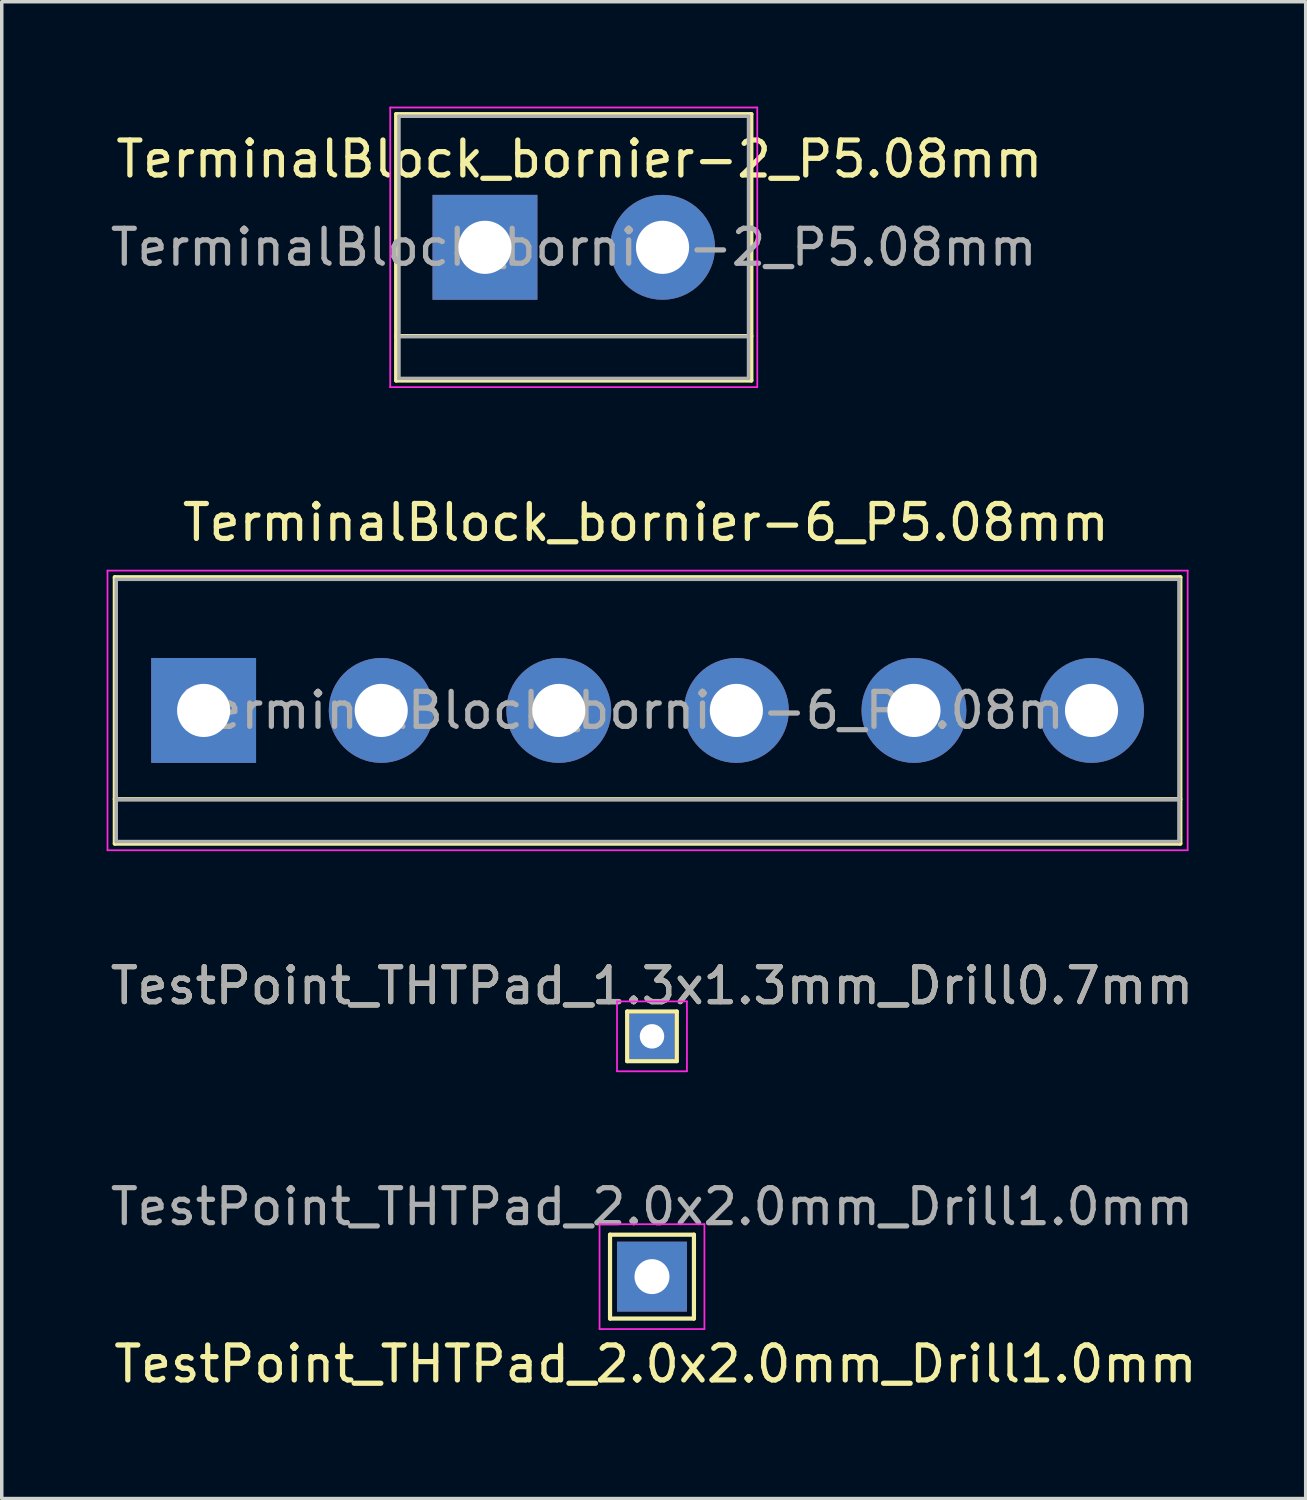
<source format=kicad_pcb>
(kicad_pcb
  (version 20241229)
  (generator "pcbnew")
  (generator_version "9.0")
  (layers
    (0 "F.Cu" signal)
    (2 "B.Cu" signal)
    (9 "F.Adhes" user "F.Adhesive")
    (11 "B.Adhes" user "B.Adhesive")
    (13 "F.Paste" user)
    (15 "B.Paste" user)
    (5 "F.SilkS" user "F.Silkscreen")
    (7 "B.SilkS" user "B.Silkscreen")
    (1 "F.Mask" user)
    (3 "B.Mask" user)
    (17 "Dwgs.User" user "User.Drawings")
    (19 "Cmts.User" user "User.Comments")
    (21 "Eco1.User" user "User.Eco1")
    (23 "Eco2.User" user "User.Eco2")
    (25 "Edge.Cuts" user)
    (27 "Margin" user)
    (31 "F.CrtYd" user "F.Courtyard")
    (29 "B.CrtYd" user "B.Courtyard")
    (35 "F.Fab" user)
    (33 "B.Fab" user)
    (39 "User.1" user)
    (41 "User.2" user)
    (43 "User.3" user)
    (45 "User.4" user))
  (footprint "TestPoint_THTPad_1.3x1.3mm_Drill0.7mm"
    (layer "F.Cu")
    (at 15.601 26.596)
    (property "Reference" "TestPoint_THTPad_1.3x1.3mm_Drill0.7mm" (at 0 -1.448 0) (layer "F.SilkS") (effects (font (size 1 1) (thickness 0.15))))
    (attr exclude_from_pos_files exclude_from_bom)
    (fp_line (start -0.71 -0.71) (end 0.71 -0.71) (stroke (width 0.12) (type solid)) (layer "F.SilkS"))
    (fp_line (start -0.71 0.71) (end -0.71 -0.71) (stroke (width 0.12) (type solid)) (layer "F.SilkS"))
    (fp_line (start 0.71 -0.71) (end 0.71 0.71) (stroke (width 0.12) (type solid)) (layer "F.SilkS"))
    (fp_line (start 0.71 0.71) (end -0.71 0.71) (stroke (width 0.12) (type solid)) (layer "F.SilkS"))
    (fp_line (start -1 -1) (end -1 1) (stroke (width 0.05) (type solid)) (layer "F.CrtYd"))
    (fp_line (start -1 -1) (end 1 -1) (stroke (width 0.05) (type solid)) (layer "F.CrtYd"))
    (fp_line (start 1 1) (end -1 1) (stroke (width 0.05) (type solid)) (layer "F.CrtYd"))
    (fp_line (start 1 1) (end 1 -1) (stroke (width 0.05) (type solid)) (layer "F.CrtYd"))
    (fp_text user "${REFERENCE}" (at 0 -1.45 0) (layer "F.Fab") (effects (font (size 1 1) (thickness 0.15))))
    (pad "1" thru_hole rect (at 0 0) (size 1.3 1.3) (drill 0.7) (layers "*.Cu" "*.Mask")))
  (footprint "TerminalBlock_bornier-6_P5.08mm"
    (layer "F.Cu")
    (at 2.775 17.273)
    (property "Reference" "TerminalBlock_bornier-6_P5.08mm" (at 12.65 -5.375 180) (layer "F.SilkS") (effects (font (size 1 1) (thickness 0.15))))
    (attr through_hole)
    (fp_line (start -2.54 -3.81) (end -2.54 3.81) (stroke (width 0.12) (type solid)) (layer "F.SilkS"))
    (fp_line (start -2.54 -3.81) (end 27.94 -3.81) (stroke (width 0.12) (type solid)) (layer "F.SilkS"))
    (fp_line (start -2.54 2.54) (end 27.94 2.54) (stroke (width 0.12) (type solid)) (layer "F.SilkS"))
    (fp_line (start -2.54 3.81) (end 27.94 3.81) (stroke (width 0.12) (type solid)) (layer "F.SilkS"))
    (fp_line (start 27.94 3.81) (end 27.94 -3.81) (stroke (width 0.12) (type solid)) (layer "F.SilkS"))
    (fp_line (start -2.75 -4) (end -2.75 4) (stroke (width 0.05) (type solid)) (layer "F.CrtYd"))
    (fp_line (start -2.75 -4) (end 28.15 -4) (stroke (width 0.05) (type solid)) (layer "F.CrtYd"))
    (fp_line (start 28.15 4) (end -2.75 4) (stroke (width 0.05) (type solid)) (layer "F.CrtYd"))
    (fp_line (start 28.15 4) (end 28.15 -4) (stroke (width 0.05) (type solid)) (layer "F.CrtYd"))
    (fp_line (start -2.5 -3.75) (end -2.5 3.75) (stroke (width 0.1) (type solid)) (layer "F.Fab"))
    (fp_line (start -2.5 2.55) (end 27.9 2.55) (stroke (width 0.1) (type solid)) (layer "F.Fab"))
    (fp_line (start -2.5 3.75) (end 27.9 3.75) (stroke (width 0.1) (type solid)) (layer "F.Fab"))
    (fp_line (start 27.9 -3.75) (end -2.5 -3.75) (stroke (width 0.1) (type solid)) (layer "F.Fab"))
    (fp_line (start 27.9 3.75) (end 27.9 -3.75) (stroke (width 0.1) (type solid)) (layer "F.Fab"))
    (fp_text user "${REFERENCE}" (at 12.7 0 180) (layer "F.Fab") (effects (font (size 1 1) (thickness 0.15))))
    (pad "1" thru_hole rect (at 0 0) (size 3 3) (drill 1.52) (layers "*.Cu" "*.Mask"))
    (pad "2" thru_hole circle (at 5.08 0) (size 3 3) (drill 1.52) (layers "*.Cu" "*.Mask"))
    (pad "3" thru_hole circle (at 10.16 0) (size 3 3) (drill 1.52) (layers "*.Cu" "*.Mask"))
    (pad "4" thru_hole circle (at 15.24 0) (size 3 3) (drill 1.52) (layers "*.Cu" "*.Mask"))
    (pad "5" thru_hole circle (at 20.32 0) (size 3 3) (drill 1.52) (layers "*.Cu" "*.Mask"))
    (pad "6" thru_hole circle (at 25.4 0) (size 3 3) (drill 1.52) (layers "*.Cu" "*.Mask")))
  (footprint "TestPoint_THTPad_2.0x2.0mm_Drill1.0mm"
    (layer "F.Cu")
    (at 15.601 33.47)
    (property "Reference" "TestPoint_THTPad_2.0x2.0mm_Drill1.0mm" (at 0.1 2.5 0) (layer "F.SilkS") (effects (font (size 1 1) (thickness 0.15))))
    (attr exclude_from_pos_files exclude_from_bom)
    (fp_line (start -1.2 -1.2) (end 1.2 -1.2) (stroke (width 0.12) (type solid)) (layer "F.SilkS"))
    (fp_line (start -1.2 1.2) (end -1.2 -1.2) (stroke (width 0.12) (type solid)) (layer "F.SilkS"))
    (fp_line (start 1.2 -1.2) (end 1.2 1.2) (stroke (width 0.12) (type solid)) (layer "F.SilkS"))
    (fp_line (start 1.2 1.2) (end -1.2 1.2) (stroke (width 0.12) (type solid)) (layer "F.SilkS"))
    (fp_line (start -1.5 -1.5) (end -1.5 1.5) (stroke (width 0.05) (type solid)) (layer "F.CrtYd"))
    (fp_line (start -1.5 -1.5) (end 1.5 -1.5) (stroke (width 0.05) (type solid)) (layer "F.CrtYd"))
    (fp_line (start 1.5 1.5) (end -1.5 1.5) (stroke (width 0.05) (type solid)) (layer "F.CrtYd"))
    (fp_line (start 1.5 1.5) (end 1.5 -1.5) (stroke (width 0.05) (type solid)) (layer "F.CrtYd"))
    (fp_text user "${REFERENCE}" (at 0 -2 0) (layer "F.Fab") (effects (font (size 1 1) (thickness 0.15))))
    (pad "1" thru_hole rect (at 0 0) (size 2 2) (drill 1) (layers "*.Cu" "*.Mask")))
  (footprint "TerminalBlock_bornier-2_P5.08mm"
    (layer "F.Cu")
    (at 10.823 4.025)
    (property "Reference" "TerminalBlock_bornier-2_P5.08mm" (at 2.7 -2.525 0) (layer "F.SilkS") (effects (font (size 1 1) (thickness 0.15))))
    (attr through_hole)
    (fp_line (start -2.54 -3.81) (end -2.54 3.81) (stroke (width 0.12) (type solid)) (layer "F.SilkS"))
    (fp_line (start -2.54 3.81) (end 7.62 3.81) (stroke (width 0.12) (type solid)) (layer "F.SilkS"))
    (fp_line (start 7.62 -3.81) (end -2.54 -3.81) (stroke (width 0.12) (type solid)) (layer "F.SilkS"))
    (fp_line (start 7.62 2.54) (end -2.54 2.54) (stroke (width 0.12) (type solid)) (layer "F.SilkS"))
    (fp_line (start 7.62 3.81) (end 7.62 -3.81) (stroke (width 0.12) (type solid)) (layer "F.SilkS"))
    (fp_line (start -2.71 -4) (end -2.71 4) (stroke (width 0.05) (type solid)) (layer "F.CrtYd"))
    (fp_line (start -2.71 -4) (end 7.79 -4) (stroke (width 0.05) (type solid)) (layer "F.CrtYd"))
    (fp_line (start 7.79 4) (end -2.71 4) (stroke (width 0.05) (type solid)) (layer "F.CrtYd"))
    (fp_line (start 7.79 4) (end 7.79 -4) (stroke (width 0.05) (type solid)) (layer "F.CrtYd"))
    (fp_line (start -2.46 -3.75) (end -2.46 3.75) (stroke (width 0.1) (type solid)) (layer "F.Fab"))
    (fp_line (start -2.46 3.75) (end 7.54 3.75) (stroke (width 0.1) (type solid)) (layer "F.Fab"))
    (fp_line (start -2.41 2.55) (end 7.49 2.55) (stroke (width 0.1) (type solid)) (layer "F.Fab"))
    (fp_line (start 7.54 -3.75) (end -2.46 -3.75) (stroke (width 0.1) (type solid)) (layer "F.Fab"))
    (fp_line (start 7.54 3.75) (end 7.54 -3.75) (stroke (width 0.1) (type solid)) (layer "F.Fab"))
    (fp_text user "${REFERENCE}" (at 2.54 0 0) (layer "F.Fab") (effects (font (size 1 1) (thickness 0.15))))
    (pad "1" thru_hole rect (at 0 0) (size 3 3) (drill 1.52) (layers "*.Cu" "*.Mask"))
    (pad "2" thru_hole circle (at 5.08 0) (size 3 3) (drill 1.52) (layers "*.Cu" "*.Mask")))
  (gr_rect
    (start -3 -3)
    (end 34.302 39.818)
    (stroke (width 0.1) (type default))
    (fill no)
    (layer "Edge.Cuts")))
</source>
